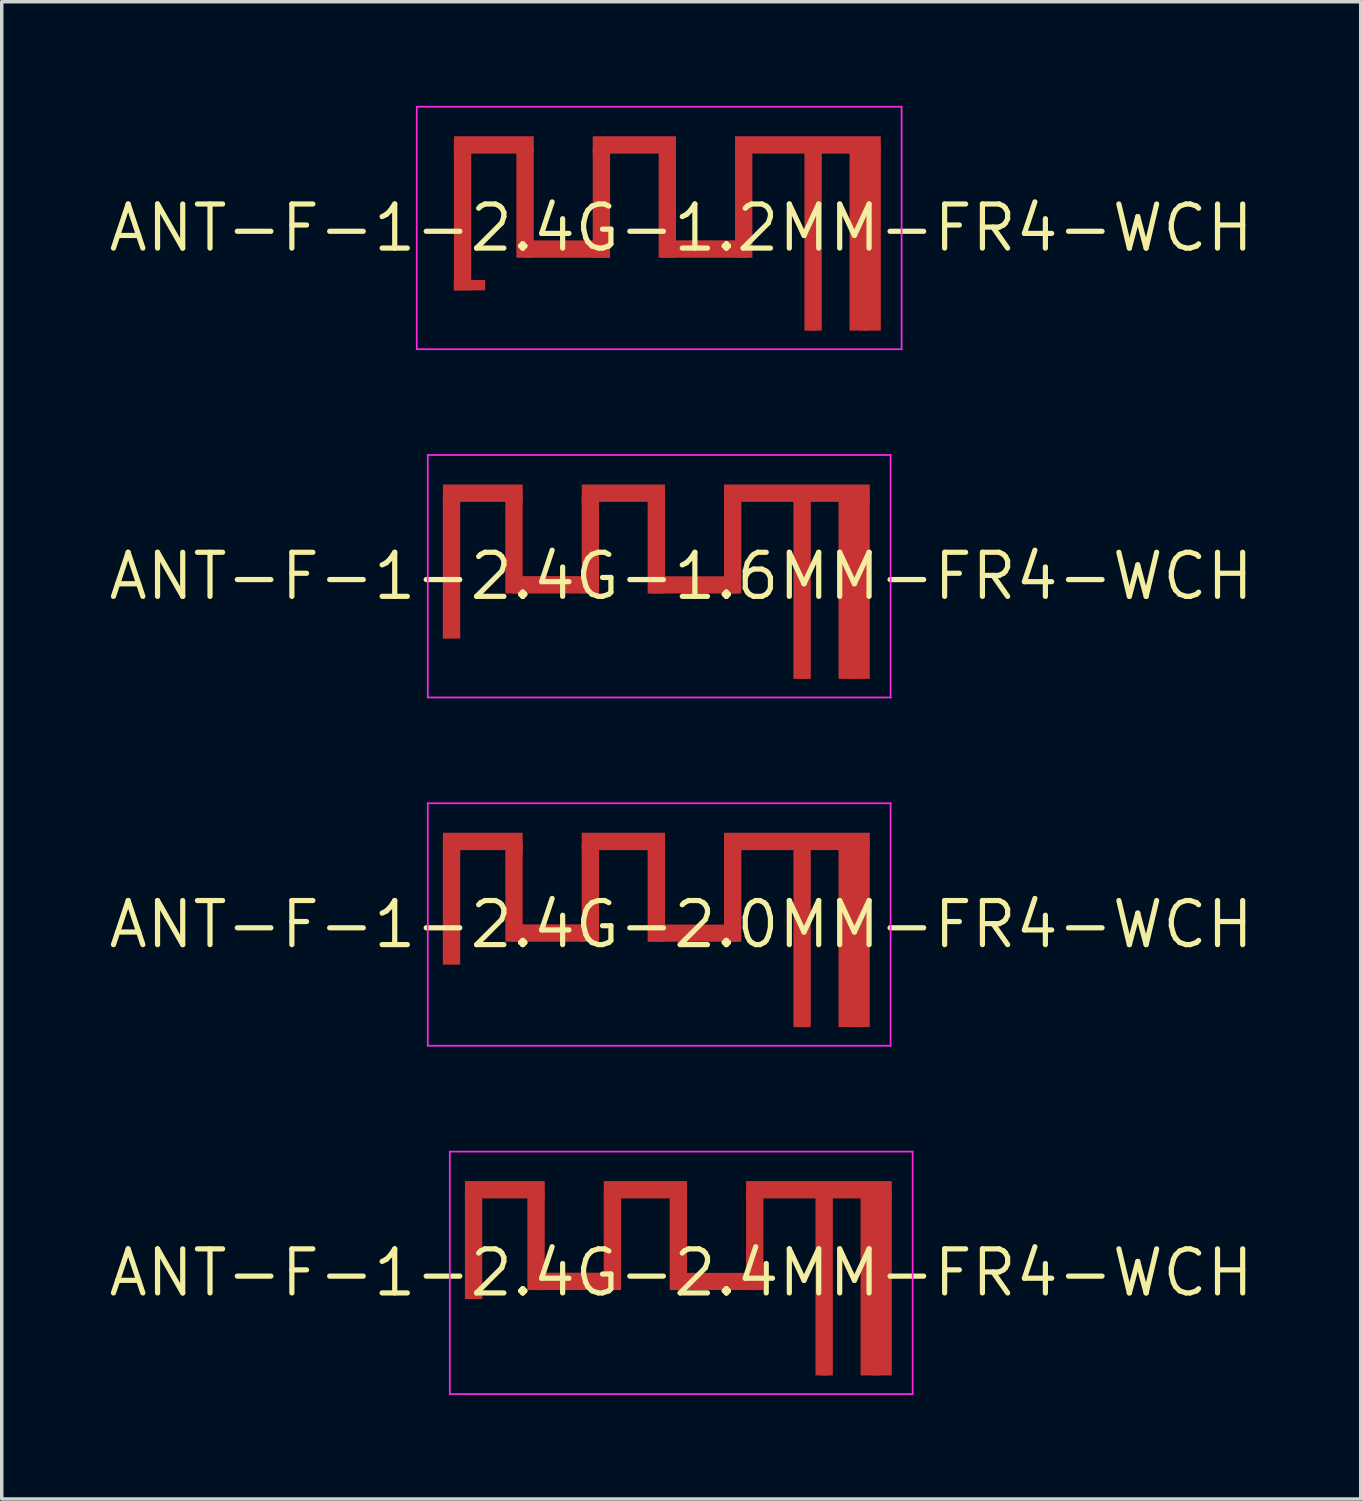
<source format=kicad_pcb>
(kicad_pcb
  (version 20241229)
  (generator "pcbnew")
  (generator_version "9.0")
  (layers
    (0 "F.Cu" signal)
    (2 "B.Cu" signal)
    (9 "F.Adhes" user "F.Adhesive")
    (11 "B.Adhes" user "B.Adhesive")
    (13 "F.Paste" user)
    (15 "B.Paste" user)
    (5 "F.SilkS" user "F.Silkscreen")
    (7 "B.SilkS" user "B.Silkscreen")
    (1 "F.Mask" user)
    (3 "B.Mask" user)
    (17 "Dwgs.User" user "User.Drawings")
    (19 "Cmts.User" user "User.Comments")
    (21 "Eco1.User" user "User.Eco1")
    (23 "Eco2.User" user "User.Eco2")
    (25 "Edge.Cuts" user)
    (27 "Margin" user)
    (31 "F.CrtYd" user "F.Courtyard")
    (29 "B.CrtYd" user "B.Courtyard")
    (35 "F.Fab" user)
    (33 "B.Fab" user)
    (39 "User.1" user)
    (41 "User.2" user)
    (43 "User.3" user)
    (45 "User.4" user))
  (footprint "ANT-F-1-2.4G-1.6MM-FR4-WCH"
    (layer "F.Cu")
    (at 15.943 13.553)
    (property "Reference" "ANT-F-1-2.4G-1.6MM-FR4-WCH" (at 0.635 0 0) (layer "F.SilkS") (effects (font (size 1.27 1.27) (thickness 0.15))))
    (attr exclude_from_pos_files exclude_from_bom)
    (fp_poly (pts (xy -5.733 -2.323) (xy -6.233 -2.323) (xy -6.233 1.797) (xy -5.733 1.797)) (stroke (width 0) (type solid)) (fill yes) (layer "F.Cu"))
    (fp_poly (pts (xy -3.933 -2.323) (xy -4.433 -2.323) (xy -4.433 0.497) (xy -3.933 0.497)) (stroke (width 0) (type solid)) (fill yes) (layer "F.Cu"))
    (fp_poly (pts (xy -3.932 -2.643) (xy -6.232 -2.643) (xy -6.232 -2.143) (xy -3.932 -2.143)) (stroke (width 0) (type solid)) (fill yes) (layer "F.Cu"))
    (fp_poly (pts (xy -1.747 -0.003) (xy -4.236 -0.003) (xy -4.236 0.497) (xy -1.747 0.497)) (stroke (width 0) (type solid)) (fill yes) (layer "F.Cu"))
    (fp_poly (pts (xy -1.733 -2.323) (xy -2.233 -2.323) (xy -2.233 0.497) (xy -1.733 0.497)) (stroke (width 0) (type solid)) (fill yes) (layer "F.Cu"))
    (fp_poly (pts (xy 0.168 -2.323) (xy -0.333 -2.323) (xy -0.333 0.497) (xy 0.168 0.497)) (stroke (width 0) (type solid)) (fill yes) (layer "F.Cu"))
    (fp_poly (pts (xy 0.168 -2.643) (xy -2.232 -2.643) (xy -2.232 -2.143) (xy 0.168 -2.143)) (stroke (width 0) (type solid)) (fill yes) (layer "F.Cu"))
    (fp_poly (pts (xy 2.277 0.002) (xy -0.263 0.002) (xy -0.263 0.497) (xy 2.277 0.497)) (stroke (width 0) (type solid)) (fill yes) (layer "F.Cu"))
    (fp_poly (pts (xy 2.368 -2.323) (xy 1.868 -2.323) (xy 1.868 0.497) (xy 2.368 0.497)) (stroke (width 0) (type solid)) (fill yes) (layer "F.Cu"))
    (fp_poly (pts (xy 4.368 -2.374) (xy 3.868 -2.374) (xy 3.868 2.957) (xy 4.368 2.957)) (stroke (width 0) (type solid)) (fill yes) (layer "F.Cu"))
    (fp_poly (pts (xy 6.067 -2.348) (xy 5.167 -2.348) (xy 5.167 2.957) (xy 6.067 2.957)) (stroke (width 0) (type solid)) (fill yes) (layer "F.Cu"))
    (fp_poly (pts (xy 6.068 -2.643) (xy 1.868 -2.643) (xy 1.868 -2.143) (xy 6.068 -2.143)) (stroke (width 0) (type solid)) (fill yes) (layer "F.Cu"))
    (fp_poly (pts (xy -5.733 -2.323) (xy -6.232 -2.323) (xy -6.232 1.797) (xy -5.733 1.797)) (stroke (width 0) (type solid)) (fill yes) (layer "F.Mask"))
    (fp_poly (pts (xy -3.933 -2.323) (xy -4.433 -2.323) (xy -4.433 0.497) (xy -3.933 0.497)) (stroke (width 0) (type solid)) (fill yes) (layer "F.Mask"))
    (fp_poly (pts (xy -3.932 -2.643) (xy -6.232 -2.643) (xy -6.232 -2.143) (xy -3.932 -2.143)) (stroke (width 0) (type solid)) (fill yes) (layer "F.Mask"))
    (fp_poly (pts (xy -1.747 -0.003) (xy -4.236 -0.003) (xy -4.236 0.497) (xy -1.747 0.497)) (stroke (width 0) (type solid)) (fill yes) (layer "F.Mask"))
    (fp_poly (pts (xy -1.733 -2.323) (xy -2.233 -2.323) (xy -2.233 0.497) (xy -1.733 0.497)) (stroke (width 0) (type solid)) (fill yes) (layer "F.Mask"))
    (fp_poly (pts (xy 0.168 -2.323) (xy -0.332 -2.323) (xy -0.332 0.497) (xy 0.168 0.497)) (stroke (width 0) (type solid)) (fill yes) (layer "F.Mask"))
    (fp_poly (pts (xy 0.168 -2.643) (xy -2.232 -2.643) (xy -2.232 -2.143) (xy 0.168 -2.143)) (stroke (width 0) (type solid)) (fill yes) (layer "F.Mask"))
    (fp_poly (pts (xy 2.277 0.002) (xy -0.263 0.002) (xy -0.263 0.497) (xy 2.277 0.497)) (stroke (width 0) (type solid)) (fill yes) (layer "F.Mask"))
    (fp_poly (pts (xy 2.368 -2.323) (xy 1.868 -2.323) (xy 1.868 0.497) (xy 2.368 0.497)) (stroke (width 0) (type solid)) (fill yes) (layer "F.Mask"))
    (fp_poly (pts (xy 4.368 -2.374) (xy 3.868 -2.374) (xy 3.868 2.957) (xy 4.368 2.957)) (stroke (width 0) (type solid)) (fill yes) (layer "F.Mask"))
    (fp_poly (pts (xy 6.067 -2.348) (xy 5.167 -2.348) (xy 5.167 2.957) (xy 6.067 2.957)) (stroke (width 0) (type solid)) (fill yes) (layer "F.Mask"))
    (fp_poly (pts (xy 6.068 -2.643) (xy 1.868 -2.643) (xy 1.868 -2.143) (xy 6.068 -2.143)) (stroke (width 0) (type solid)) (fill yes) (layer "F.Mask"))
    (fp_line (start -6.668 -3.493) (end -6.668 3.493) (stroke (width 0.05) (type solid)) (layer "F.CrtYd"))
    (fp_line (start -6.668 3.493) (end 6.668 3.493) (stroke (width 0.05) (type solid)) (layer "F.CrtYd"))
    (fp_line (start 6.668 -3.493) (end -6.668 -3.493) (stroke (width 0.05) (type solid)) (layer "F.CrtYd"))
    (fp_line (start 6.668 3.493) (end 6.668 -3.493) (stroke (width 0.05) (type solid)) (layer "F.CrtYd"))
    (pad "1" smd rect (at 4.128 2.857 90) (size 0.2 0.2) (layers "F.Cu"))
    (pad "2" smd rect (at 5.61 2.857 90) (size 0.2 0.2) (layers "F.Cu")))
  (footprint "ANT-F-1-2.4G-2.0MM-FR4-WCH"
    (layer "F.Cu")
    (at 15.943 23.587)
    (property "Reference" "ANT-F-1-2.4G-2.0MM-FR4-WCH" (at 0.635 0 0) (layer "F.SilkS") (effects (font (size 1.27 1.27) (thickness 0.15))))
    (attr exclude_from_pos_files exclude_from_bom)
    (fp_poly (pts (xy -5.733 -2.323) (xy -6.233 -2.323) (xy -6.233 1.157) (xy -5.733 1.157)) (stroke (width 0) (type solid)) (fill yes) (layer "F.Cu"))
    (fp_poly (pts (xy -3.933 -2.323) (xy -4.433 -2.323) (xy -4.433 0.497) (xy -3.933 0.497)) (stroke (width 0) (type solid)) (fill yes) (layer "F.Cu"))
    (fp_poly (pts (xy -3.932 -2.643) (xy -6.232 -2.643) (xy -6.232 -2.143) (xy -3.932 -2.143)) (stroke (width 0) (type solid)) (fill yes) (layer "F.Cu"))
    (fp_poly (pts (xy -1.747 -0.003) (xy -4.236 -0.003) (xy -4.236 0.497) (xy -1.747 0.497)) (stroke (width 0) (type solid)) (fill yes) (layer "F.Cu"))
    (fp_poly (pts (xy -1.733 -2.323) (xy -2.233 -2.323) (xy -2.233 0.497) (xy -1.733 0.497)) (stroke (width 0) (type solid)) (fill yes) (layer "F.Cu"))
    (fp_poly (pts (xy 0.168 -2.323) (xy -0.333 -2.323) (xy -0.333 0.497) (xy 0.168 0.497)) (stroke (width 0) (type solid)) (fill yes) (layer "F.Cu"))
    (fp_poly (pts (xy 0.168 -2.643) (xy -2.232 -2.643) (xy -2.232 -2.143) (xy 0.168 -2.143)) (stroke (width 0) (type solid)) (fill yes) (layer "F.Cu"))
    (fp_poly (pts (xy 2.277 0.002) (xy -0.263 0.002) (xy -0.263 0.497) (xy 2.277 0.497)) (stroke (width 0) (type solid)) (fill yes) (layer "F.Cu"))
    (fp_poly (pts (xy 2.368 -2.323) (xy 1.868 -2.323) (xy 1.868 0.497) (xy 2.368 0.497)) (stroke (width 0) (type solid)) (fill yes) (layer "F.Cu"))
    (fp_poly (pts (xy 4.368 -2.374) (xy 3.868 -2.374) (xy 3.868 2.957) (xy 4.368 2.957)) (stroke (width 0) (type solid)) (fill yes) (layer "F.Cu"))
    (fp_poly (pts (xy 6.067 -2.348) (xy 5.167 -2.348) (xy 5.167 2.957) (xy 6.067 2.957)) (stroke (width 0) (type solid)) (fill yes) (layer "F.Cu"))
    (fp_poly (pts (xy 6.068 -2.643) (xy 1.868 -2.643) (xy 1.868 -2.143) (xy 6.068 -2.143)) (stroke (width 0) (type solid)) (fill yes) (layer "F.Cu"))
    (fp_poly (pts (xy -5.733 -2.323) (xy -6.232 -2.323) (xy -6.232 1.157) (xy -5.733 1.157)) (stroke (width 0) (type solid)) (fill yes) (layer "F.Mask"))
    (fp_poly (pts (xy -3.933 -2.323) (xy -4.433 -2.323) (xy -4.433 0.497) (xy -3.933 0.497)) (stroke (width 0) (type solid)) (fill yes) (layer "F.Mask"))
    (fp_poly (pts (xy -3.932 -2.643) (xy -6.232 -2.643) (xy -6.232 -2.143) (xy -3.932 -2.143)) (stroke (width 0) (type solid)) (fill yes) (layer "F.Mask"))
    (fp_poly (pts (xy -1.747 -0.003) (xy -4.236 -0.003) (xy -4.236 0.497) (xy -1.747 0.497)) (stroke (width 0) (type solid)) (fill yes) (layer "F.Mask"))
    (fp_poly (pts (xy -1.733 -2.323) (xy -2.233 -2.323) (xy -2.233 0.497) (xy -1.733 0.497)) (stroke (width 0) (type solid)) (fill yes) (layer "F.Mask"))
    (fp_poly (pts (xy 0.168 -2.323) (xy -0.332 -2.323) (xy -0.332 0.497) (xy 0.168 0.497)) (stroke (width 0) (type solid)) (fill yes) (layer "F.Mask"))
    (fp_poly (pts (xy 0.168 -2.643) (xy -2.232 -2.643) (xy -2.232 -2.143) (xy 0.168 -2.143)) (stroke (width 0) (type solid)) (fill yes) (layer "F.Mask"))
    (fp_poly (pts (xy 2.277 0.002) (xy -0.263 0.002) (xy -0.263 0.497) (xy 2.277 0.497)) (stroke (width 0) (type solid)) (fill yes) (layer "F.Mask"))
    (fp_poly (pts (xy 2.368 -2.323) (xy 1.868 -2.323) (xy 1.868 0.497) (xy 2.368 0.497)) (stroke (width 0) (type solid)) (fill yes) (layer "F.Mask"))
    (fp_poly (pts (xy 4.368 -2.374) (xy 3.868 -2.374) (xy 3.868 2.957) (xy 4.368 2.957)) (stroke (width 0) (type solid)) (fill yes) (layer "F.Mask"))
    (fp_poly (pts (xy 6.067 -2.348) (xy 5.167 -2.348) (xy 5.167 2.957) (xy 6.067 2.957)) (stroke (width 0) (type solid)) (fill yes) (layer "F.Mask"))
    (fp_poly (pts (xy 6.068 -2.643) (xy 1.868 -2.643) (xy 1.868 -2.143) (xy 6.068 -2.143)) (stroke (width 0) (type solid)) (fill yes) (layer "F.Mask"))
    (fp_line (start -6.668 -3.493) (end -6.668 3.493) (stroke (width 0.05) (type solid)) (layer "F.CrtYd"))
    (fp_line (start -6.668 3.493) (end 6.668 3.493) (stroke (width 0.05) (type solid)) (layer "F.CrtYd"))
    (fp_line (start 6.668 -3.493) (end -6.668 -3.493) (stroke (width 0.05) (type solid)) (layer "F.CrtYd"))
    (fp_line (start 6.668 3.493) (end 6.668 -3.493) (stroke (width 0.05) (type solid)) (layer "F.CrtYd"))
    (pad "1" smd rect (at 4.128 2.857 90) (size 0.2 0.2) (layers "F.Cu"))
    (pad "2" smd rect (at 5.61 2.857 90) (size 0.2 0.2) (layers "F.Cu")))
  (footprint "ANT-F-1-2.4G-1.2MM-FR4-WCH"
    (layer "F.Cu")
    (at 15.943 3.518)
    (property "Reference" "ANT-F-1-2.4G-1.2MM-FR4-WCH" (at 0.635 0 0) (layer "F.SilkS") (effects (font (size 1.27 1.27) (thickness 0.15))))
    (attr exclude_from_pos_files exclude_from_bom)
    (fp_poly (pts (xy -5.415 -2.322) (xy -5.915 -2.322) (xy -5.915 1.798) (xy -5.415 1.798)) (stroke (width 0) (type solid)) (fill yes) (layer "F.Cu"))
    (fp_poly (pts (xy -5.015 1.498) (xy -5.915 1.498) (xy -5.915 1.798) (xy -5.015 1.798)) (stroke (width 0) (type solid)) (fill yes) (layer "F.Cu"))
    (fp_poly (pts (xy -3.615 -2.322) (xy -4.115 -2.322) (xy -4.115 0.858) (xy -3.615 0.858)) (stroke (width 0) (type solid)) (fill yes) (layer "F.Cu"))
    (fp_poly (pts (xy -3.615 -2.642) (xy -5.915 -2.642) (xy -5.915 -2.142) (xy -3.615 -2.142)) (stroke (width 0) (type solid)) (fill yes) (layer "F.Cu"))
    (fp_poly (pts (xy -1.43 0.358) (xy -3.919 0.358) (xy -3.919 0.858) (xy -1.43 0.858)) (stroke (width 0) (type solid)) (fill yes) (layer "F.Cu"))
    (fp_poly (pts (xy -1.415 -2.322) (xy -1.915 -2.322) (xy -1.915 0.858) (xy -1.415 0.858)) (stroke (width 0) (type solid)) (fill yes) (layer "F.Cu"))
    (fp_poly (pts (xy 0.485 -2.322) (xy -0.015 -2.322) (xy -0.015 0.857) (xy 0.485 0.857)) (stroke (width 0) (type solid)) (fill yes) (layer "F.Cu"))
    (fp_poly (pts (xy 0.485 -2.642) (xy -1.915 -2.642) (xy -1.915 -2.142) (xy 0.485 -2.142)) (stroke (width 0) (type solid)) (fill yes) (layer "F.Cu"))
    (fp_poly (pts (xy 2.595 0.357) (xy 0.055 0.357) (xy 0.055 0.858) (xy 2.595 0.858)) (stroke (width 0) (type solid)) (fill yes) (layer "F.Cu"))
    (fp_poly (pts (xy 2.685 -2.322) (xy 2.185 -2.322) (xy 2.185 0.858) (xy 2.685 0.858)) (stroke (width 0) (type solid)) (fill yes) (layer "F.Cu"))
    (fp_poly (pts (xy 4.685 -2.373) (xy 4.185 -2.373) (xy 4.185 2.958) (xy 4.685 2.958)) (stroke (width 0) (type solid)) (fill yes) (layer "F.Cu"))
    (fp_poly (pts (xy 6.385 -2.348) (xy 5.485 -2.348) (xy 5.485 2.958) (xy 6.385 2.958)) (stroke (width 0) (type solid)) (fill yes) (layer "F.Cu"))
    (fp_poly (pts (xy 6.385 -2.642) (xy 2.185 -2.642) (xy 2.185 -2.142) (xy 6.385 -2.142)) (stroke (width 0) (type solid)) (fill yes) (layer "F.Cu"))
    (fp_poly (pts (xy -5.415 -2.322) (xy -5.915 -2.322) (xy -5.915 1.798) (xy -5.415 1.798)) (stroke (width 0) (type solid)) (fill yes) (layer "F.Mask"))
    (fp_poly (pts (xy -5.015 1.498) (xy -5.915 1.498) (xy -5.915 1.798) (xy -5.015 1.798)) (stroke (width 0) (type solid)) (fill yes) (layer "F.Mask"))
    (fp_poly (pts (xy -3.615 -2.322) (xy -4.115 -2.322) (xy -4.115 0.858) (xy -3.615 0.858)) (stroke (width 0) (type solid)) (fill yes) (layer "F.Mask"))
    (fp_poly (pts (xy -3.615 -2.642) (xy -5.915 -2.642) (xy -5.915 -2.142) (xy -3.615 -2.142)) (stroke (width 0) (type solid)) (fill yes) (layer "F.Mask"))
    (fp_poly (pts (xy -1.43 0.358) (xy -3.919 0.358) (xy -3.919 0.858) (xy -1.43 0.858)) (stroke (width 0) (type solid)) (fill yes) (layer "F.Mask"))
    (fp_poly (pts (xy -1.415 -2.322) (xy -1.915 -2.322) (xy -1.915 0.858) (xy -1.415 0.858)) (stroke (width 0) (type solid)) (fill yes) (layer "F.Mask"))
    (fp_poly (pts (xy 0.485 -2.322) (xy -0.015 -2.322) (xy -0.015 0.858) (xy 0.485 0.858)) (stroke (width 0) (type solid)) (fill yes) (layer "F.Mask"))
    (fp_poly (pts (xy 0.485 -2.642) (xy -1.915 -2.642) (xy -1.915 -2.142) (xy 0.485 -2.142)) (stroke (width 0) (type solid)) (fill yes) (layer "F.Mask"))
    (fp_poly (pts (xy 2.595 0.357) (xy 0.055 0.357) (xy 0.055 0.858) (xy 2.595 0.858)) (stroke (width 0) (type solid)) (fill yes) (layer "F.Mask"))
    (fp_poly (pts (xy 2.685 -2.322) (xy 2.185 -2.322) (xy 2.185 0.857) (xy 2.685 0.857)) (stroke (width 0) (type solid)) (fill yes) (layer "F.Mask"))
    (fp_poly (pts (xy 4.685 -2.373) (xy 4.185 -2.373) (xy 4.185 2.957) (xy 4.685 2.957)) (stroke (width 0) (type solid)) (fill yes) (layer "F.Mask"))
    (fp_poly (pts (xy 6.385 -2.348) (xy 5.485 -2.348) (xy 5.485 2.958) (xy 6.385 2.958)) (stroke (width 0) (type solid)) (fill yes) (layer "F.Mask"))
    (fp_poly (pts (xy 6.385 -2.642) (xy 2.185 -2.642) (xy 2.185 -2.142) (xy 6.385 -2.142)) (stroke (width 0) (type solid)) (fill yes) (layer "F.Mask"))
    (fp_line (start -6.985 -3.493) (end -6.985 3.493) (stroke (width 0.05) (type solid)) (layer "F.CrtYd"))
    (fp_line (start -6.985 3.493) (end 6.985 3.493) (stroke (width 0.05) (type solid)) (layer "F.CrtYd"))
    (fp_line (start 6.985 -3.493) (end -6.985 -3.493) (stroke (width 0.05) (type solid)) (layer "F.CrtYd"))
    (fp_line (start 6.985 3.493) (end 6.985 -3.493) (stroke (width 0.05) (type solid)) (layer "F.CrtYd"))
    (pad "1" smd rect (at 4.445 2.857 90) (size 0.2 0.2) (layers "F.Cu"))
    (pad "2" smd rect (at 5.928 2.857 90) (size 0.2 0.2) (layers "F.Cu")))
  (footprint "ANT-F-1-2.4G-2.4MM-FR4-WCH"
    (layer "F.Cu")
    (at 16.578 33.623)
    (property "Reference" "ANT-F-1-2.4G-2.4MM-FR4-WCH" (at 0 0 0) (layer "F.SilkS") (effects (font (size 1.27 1.27) (thickness 0.15))))
    (attr exclude_from_pos_files exclude_from_bom)
    (fp_poly (pts (xy -5.733 -2.323) (xy -6.233 -2.323) (xy -6.233 0.757) (xy -5.733 0.757)) (stroke (width 0) (type solid)) (fill yes) (layer "F.Cu"))
    (fp_poly (pts (xy -3.933 -2.323) (xy -4.433 -2.323) (xy -4.433 0.497) (xy -3.933 0.497)) (stroke (width 0) (type solid)) (fill yes) (layer "F.Cu"))
    (fp_poly (pts (xy -3.932 -2.643) (xy -6.232 -2.643) (xy -6.232 -2.143) (xy -3.932 -2.143)) (stroke (width 0) (type solid)) (fill yes) (layer "F.Cu"))
    (fp_poly (pts (xy -1.747 -0.003) (xy -4.236 -0.003) (xy -4.236 0.497) (xy -1.747 0.497)) (stroke (width 0) (type solid)) (fill yes) (layer "F.Cu"))
    (fp_poly (pts (xy -1.733 -2.323) (xy -2.233 -2.323) (xy -2.233 0.497) (xy -1.733 0.497)) (stroke (width 0) (type solid)) (fill yes) (layer "F.Cu"))
    (fp_poly (pts (xy 0.168 -2.323) (xy -0.333 -2.323) (xy -0.333 0.497) (xy 0.168 0.497)) (stroke (width 0) (type solid)) (fill yes) (layer "F.Cu"))
    (fp_poly (pts (xy 0.168 -2.643) (xy -2.232 -2.643) (xy -2.232 -2.143) (xy 0.168 -2.143)) (stroke (width 0) (type solid)) (fill yes) (layer "F.Cu"))
    (fp_poly (pts (xy 2.277 0.002) (xy -0.263 0.002) (xy -0.263 0.497) (xy 2.277 0.497)) (stroke (width 0) (type solid)) (fill yes) (layer "F.Cu"))
    (fp_poly (pts (xy 2.368 -2.323) (xy 1.868 -2.323) (xy 1.868 0.497) (xy 2.368 0.497)) (stroke (width 0) (type solid)) (fill yes) (layer "F.Cu"))
    (fp_poly (pts (xy 4.368 -2.374) (xy 3.868 -2.374) (xy 3.868 2.957) (xy 4.368 2.957)) (stroke (width 0) (type solid)) (fill yes) (layer "F.Cu"))
    (fp_poly (pts (xy 6.067 -2.348) (xy 5.167 -2.348) (xy 5.167 2.957) (xy 6.067 2.957)) (stroke (width 0) (type solid)) (fill yes) (layer "F.Cu"))
    (fp_poly (pts (xy 6.068 -2.643) (xy 1.868 -2.643) (xy 1.868 -2.143) (xy 6.068 -2.143)) (stroke (width 0) (type solid)) (fill yes) (layer "F.Cu"))
    (fp_poly (pts (xy -5.733 -2.323) (xy -6.232 -2.323) (xy -6.232 0.757) (xy -5.733 0.757)) (stroke (width 0) (type solid)) (fill yes) (layer "F.Mask"))
    (fp_poly (pts (xy -3.933 -2.323) (xy -4.433 -2.323) (xy -4.433 0.497) (xy -3.933 0.497)) (stroke (width 0) (type solid)) (fill yes) (layer "F.Mask"))
    (fp_poly (pts (xy -3.932 -2.643) (xy -6.232 -2.643) (xy -6.232 -2.143) (xy -3.932 -2.143)) (stroke (width 0) (type solid)) (fill yes) (layer "F.Mask"))
    (fp_poly (pts (xy -1.747 -0.003) (xy -4.236 -0.003) (xy -4.236 0.497) (xy -1.747 0.497)) (stroke (width 0) (type solid)) (fill yes) (layer "F.Mask"))
    (fp_poly (pts (xy -1.733 -2.323) (xy -2.233 -2.323) (xy -2.233 0.497) (xy -1.733 0.497)) (stroke (width 0) (type solid)) (fill yes) (layer "F.Mask"))
    (fp_poly (pts (xy 0.168 -2.323) (xy -0.332 -2.323) (xy -0.332 0.497) (xy 0.168 0.497)) (stroke (width 0) (type solid)) (fill yes) (layer "F.Mask"))
    (fp_poly (pts (xy 0.168 -2.643) (xy -2.232 -2.643) (xy -2.232 -2.143) (xy 0.168 -2.143)) (stroke (width 0) (type solid)) (fill yes) (layer "F.Mask"))
    (fp_poly (pts (xy 2.277 0.002) (xy -0.263 0.002) (xy -0.263 0.497) (xy 2.277 0.497)) (stroke (width 0) (type solid)) (fill yes) (layer "F.Mask"))
    (fp_poly (pts (xy 2.368 -2.323) (xy 1.868 -2.323) (xy 1.868 0.497) (xy 2.368 0.497)) (stroke (width 0) (type solid)) (fill yes) (layer "F.Mask"))
    (fp_poly (pts (xy 4.368 -2.374) (xy 3.868 -2.374) (xy 3.868 2.957) (xy 4.368 2.957)) (stroke (width 0) (type solid)) (fill yes) (layer "F.Mask"))
    (fp_poly (pts (xy 6.067 -2.348) (xy 5.167 -2.348) (xy 5.167 2.957) (xy 6.067 2.957)) (stroke (width 0) (type solid)) (fill yes) (layer "F.Mask"))
    (fp_poly (pts (xy 6.068 -2.643) (xy 1.868 -2.643) (xy 1.868 -2.143) (xy 6.068 -2.143)) (stroke (width 0) (type solid)) (fill yes) (layer "F.Mask"))
    (fp_line (start -6.668 -3.493) (end -6.668 3.493) (stroke (width 0.05) (type solid)) (layer "F.CrtYd"))
    (fp_line (start -6.668 3.493) (end 6.668 3.493) (stroke (width 0.05) (type solid)) (layer "F.CrtYd"))
    (fp_line (start 6.668 -3.493) (end -6.668 -3.493) (stroke (width 0.05) (type solid)) (layer "F.CrtYd"))
    (fp_line (start 6.668 3.493) (end 6.668 -3.493) (stroke (width 0.05) (type solid)) (layer "F.CrtYd"))
    (pad "1" smd rect (at 4.128 2.857 90) (size 0.2 0.2) (layers "F.Cu"))
    (pad "2" smd rect (at 5.61 2.857 90) (size 0.2 0.2) (layers "F.Cu")))
  (gr_rect
    (start -3 -3)
    (end 36.156 40.14)
    (stroke (width 0.1) (type default))
    (fill no)
    (layer "Edge.Cuts")))
</source>
